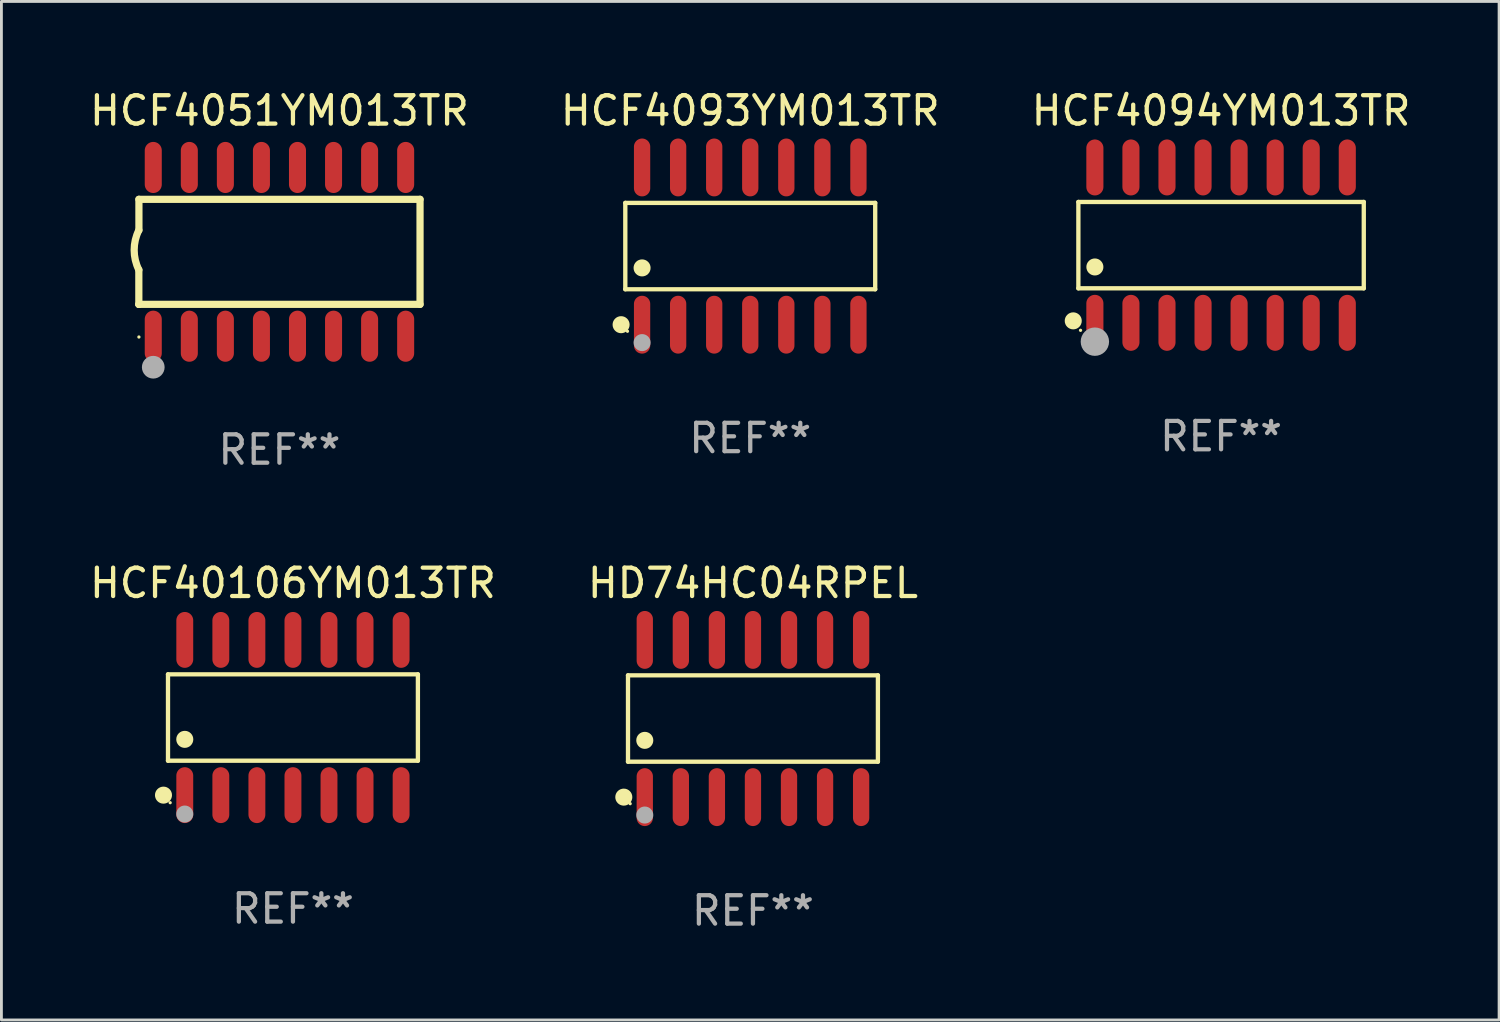
<source format=kicad_pcb>
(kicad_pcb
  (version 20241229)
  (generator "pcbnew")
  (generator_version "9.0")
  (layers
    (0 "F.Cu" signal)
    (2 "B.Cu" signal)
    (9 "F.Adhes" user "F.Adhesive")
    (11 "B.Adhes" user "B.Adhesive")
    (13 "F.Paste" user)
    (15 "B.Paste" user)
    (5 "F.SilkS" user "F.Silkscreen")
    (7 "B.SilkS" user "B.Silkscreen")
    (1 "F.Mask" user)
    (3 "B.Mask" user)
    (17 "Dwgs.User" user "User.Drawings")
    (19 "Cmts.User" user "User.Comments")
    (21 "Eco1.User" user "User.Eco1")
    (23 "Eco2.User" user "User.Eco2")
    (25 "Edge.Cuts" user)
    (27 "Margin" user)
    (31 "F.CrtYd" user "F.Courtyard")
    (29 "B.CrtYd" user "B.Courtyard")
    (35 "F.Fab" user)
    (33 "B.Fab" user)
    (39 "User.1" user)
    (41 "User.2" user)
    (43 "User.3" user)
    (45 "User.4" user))
  (footprint "HCF4093YM013TR"
    (layer "F.Cu")
    (at 23.375 5.617)
    (property "Reference" "HCF4093YM013TR" (at 0 -4.769 0) (layer "F.SilkS") (effects (font (size 1 1) (thickness 0.15))))
    (attr through_hole)
    (fp_line (start -4.401 -1.521) (end 4.401 -1.521) (stroke (width 0.152) (type solid)) (layer "F.SilkS"))
    (fp_line (start -4.401 1.521) (end -4.401 -1.521) (stroke (width 0.152) (type solid)) (layer "F.SilkS"))
    (fp_line (start 4.401 -1.521) (end 4.401 1.521) (stroke (width 0.152) (type solid)) (layer "F.SilkS"))
    (fp_line (start 4.401 1.521) (end -4.401 1.521) (stroke (width 0.152) (type solid)) (layer "F.SilkS"))
    (fp_circle (center -4.549 2.769) (end -4.399 2.769) (stroke (width 0.3) (type solid)) (fill no) (layer "F.SilkS"))
    (fp_circle (center -4.325 3) (end -4.295 3) (stroke (width 0.06) (type solid)) (fill no) (layer "F.SilkS"))
    (fp_circle (center -3.81 0.769) (end -3.66 0.769) (stroke (width 0.3) (type solid)) (fill no) (layer "F.SilkS"))
    (fp_circle (center -3.81 3.4) (end -3.66 3.4) (stroke (width 0.3) (type solid)) (fill no) (layer "F.Fab"))
    (fp_text user "REF**" (at 0 6.769 0) (layer "F.Fab") (effects (font (size 1 1) (thickness 0.15))))
    (pad "1" smd oval (at -3.81 2.769) (size 0.574 2.038) (layers "F.Cu" "F.Mask" "F.Paste"))
    (pad "2" smd oval (at -2.54 2.769) (size 0.574 2.038) (layers "F.Cu" "F.Mask" "F.Paste"))
    (pad "3" smd oval (at -1.27 2.769) (size 0.574 2.038) (layers "F.Cu" "F.Mask" "F.Paste"))
    (pad "4" smd oval (at 0 2.769) (size 0.574 2.038) (layers "F.Cu" "F.Mask" "F.Paste"))
    (pad "5" smd oval (at 1.27 2.769) (size 0.574 2.038) (layers "F.Cu" "F.Mask" "F.Paste"))
    (pad "6" smd oval (at 2.54 2.769) (size 0.574 2.038) (layers "F.Cu" "F.Mask" "F.Paste"))
    (pad "7" smd oval (at 3.81 2.769) (size 0.574 2.038) (layers "F.Cu" "F.Mask" "F.Paste"))
    (pad "8" smd oval (at 3.81 -2.769) (size 0.574 2.038) (layers "F.Cu" "F.Mask" "F.Paste"))
    (pad "9" smd oval (at 2.54 -2.769) (size 0.574 2.038) (layers "F.Cu" "F.Mask" "F.Paste"))
    (pad "10" smd oval (at 1.27 -2.769) (size 0.574 2.038) (layers "F.Cu" "F.Mask" "F.Paste"))
    (pad "11" smd oval (at 0 -2.769) (size 0.574 2.038) (layers "F.Cu" "F.Mask" "F.Paste"))
    (pad "12" smd oval (at -1.27 -2.769) (size 0.574 2.038) (layers "F.Cu" "F.Mask" "F.Paste"))
    (pad "13" smd oval (at -2.54 -2.769) (size 0.574 2.038) (layers "F.Cu" "F.Mask" "F.Paste"))
    (pad "14" smd oval (at -3.81 -2.769) (size 0.574 2.038) (layers "F.Cu" "F.Mask" "F.Paste")))
  (footprint "HD74HC04RPEL"
    (layer "F.Cu")
    (at 23.47 22.257)
    (property "Reference" "HD74HC04RPEL" (at 0 -4.769 0) (layer "F.SilkS") (effects (font (size 1 1) (thickness 0.15))))
    (attr through_hole)
    (fp_line (start -4.401 -1.521) (end 4.401 -1.521) (stroke (width 0.152) (type solid)) (layer "F.SilkS"))
    (fp_line (start -4.401 1.521) (end -4.401 -1.521) (stroke (width 0.152) (type solid)) (layer "F.SilkS"))
    (fp_line (start 4.401 -1.521) (end 4.401 1.521) (stroke (width 0.152) (type solid)) (layer "F.SilkS"))
    (fp_line (start 4.401 1.521) (end -4.401 1.521) (stroke (width 0.152) (type solid)) (layer "F.SilkS"))
    (fp_circle (center -4.549 2.769) (end -4.399 2.769) (stroke (width 0.3) (type solid)) (fill no) (layer "F.SilkS"))
    (fp_circle (center -4.325 3) (end -4.295 3) (stroke (width 0.06) (type solid)) (fill no) (layer "F.SilkS"))
    (fp_circle (center -3.81 0.769) (end -3.66 0.769) (stroke (width 0.3) (type solid)) (fill no) (layer "F.SilkS"))
    (fp_circle (center -3.81 3.4) (end -3.66 3.4) (stroke (width 0.3) (type solid)) (fill no) (layer "F.Fab"))
    (fp_text user "REF**" (at 0 6.769 0) (layer "F.Fab") (effects (font (size 1 1) (thickness 0.15))))
    (pad "1" smd oval (at -3.81 2.769) (size 0.574 2.038) (layers "F.Cu" "F.Mask" "F.Paste"))
    (pad "2" smd oval (at -2.54 2.769) (size 0.574 2.038) (layers "F.Cu" "F.Mask" "F.Paste"))
    (pad "3" smd oval (at -1.27 2.769) (size 0.574 2.038) (layers "F.Cu" "F.Mask" "F.Paste"))
    (pad "4" smd oval (at 0 2.769) (size 0.574 2.038) (layers "F.Cu" "F.Mask" "F.Paste"))
    (pad "5" smd oval (at 1.27 2.769) (size 0.574 2.038) (layers "F.Cu" "F.Mask" "F.Paste"))
    (pad "6" smd oval (at 2.54 2.769) (size 0.574 2.038) (layers "F.Cu" "F.Mask" "F.Paste"))
    (pad "7" smd oval (at 3.81 2.769) (size 0.574 2.038) (layers "F.Cu" "F.Mask" "F.Paste"))
    (pad "8" smd oval (at 3.81 -2.769) (size 0.574 2.038) (layers "F.Cu" "F.Mask" "F.Paste"))
    (pad "9" smd oval (at 2.54 -2.769) (size 0.574 2.038) (layers "F.Cu" "F.Mask" "F.Paste"))
    (pad "10" smd oval (at 1.27 -2.769) (size 0.574 2.038) (layers "F.Cu" "F.Mask" "F.Paste"))
    (pad "11" smd oval (at 0 -2.769) (size 0.574 2.038) (layers "F.Cu" "F.Mask" "F.Paste"))
    (pad "12" smd oval (at -1.27 -2.769) (size 0.574 2.038) (layers "F.Cu" "F.Mask" "F.Paste"))
    (pad "13" smd oval (at -2.54 -2.769) (size 0.574 2.038) (layers "F.Cu" "F.Mask" "F.Paste"))
    (pad "14" smd oval (at -3.81 -2.769) (size 0.574 2.038) (layers "F.Cu" "F.Mask" "F.Paste")))
  (footprint "HCF4051YM013TR"
    (layer "F.Cu")
    (at 6.792 5.82)
    (property "Reference" "HCF4051YM013TR" (at 0 -4.972 0) (layer "F.SilkS") (effects (font (size 1 1) (thickness 0.15))))
    (attr through_hole)
    (fp_line (start -4.952 0.635) (end -4.952 1.85) (stroke (width 0.254) (type solid)) (layer "F.SilkS"))
    (fp_line (start -4.952 1.85) (end -4.949 1.85) (stroke (width 0.254) (type solid)) (layer "F.SilkS"))
    (fp_line (start -4.949 -1.85) (end -4.949 -0.762) (stroke (width 0.254) (type solid)) (layer "F.SilkS"))
    (fp_line (start -4.949 1.85) (end 4.952 1.85) (stroke (width 0.254) (type solid)) (layer "F.SilkS"))
    (fp_line (start 4.952 -1.85) (end -4.949 -1.85) (stroke (width 0.254) (type solid)) (layer "F.SilkS"))
    (fp_line (start 4.952 1.85) (end 4.952 -1.85) (stroke (width 0.254) (type solid)) (layer "F.SilkS"))
    (fp_arc (start -4.951524 0.635001) (mid -5.116418 -0.0635) (end -4.951524 -0.762002) (stroke (width 0.254001) (type solid)) (layer "F.SilkS"))
    (fp_circle (center -4.949 3) (end -4.919 3) (stroke (width 0.06) (type solid)) (fill no) (layer "F.SilkS"))
    (fp_circle (center -4.444 4.064) (end -4.244 4.064) (stroke (width 0.4) (type solid)) (fill no) (layer "F.Fab"))
    (fp_text user "REF**" (at 0 6.972 0) (layer "F.Fab") (effects (font (size 1 1) (thickness 0.15))))
    (pad "1" smd oval (at -4.444 2.972 180) (size 0.6 1.8) (layers "F.Cu" "F.Mask" "F.Paste"))
    (pad "2" smd oval (at -3.174 2.972 180) (size 0.6 1.8) (layers "F.Cu" "F.Mask" "F.Paste"))
    (pad "3" smd oval (at -1.904 2.972 180) (size 0.6 1.8) (layers "F.Cu" "F.Mask" "F.Paste"))
    (pad "4" smd oval (at -0.634 2.972 180) (size 0.6 1.8) (layers "F.Cu" "F.Mask" "F.Paste"))
    (pad "5" smd oval (at 0.636 2.972 180) (size 0.6 1.8) (layers "F.Cu" "F.Mask" "F.Paste"))
    (pad "6" smd oval (at 1.906 2.972 180) (size 0.6 1.8) (layers "F.Cu" "F.Mask" "F.Paste"))
    (pad "7" smd oval (at 3.176 2.972 180) (size 0.6 1.8) (layers "F.Cu" "F.Mask" "F.Paste"))
    (pad "8" smd oval (at 4.446 2.972 180) (size 0.6 1.8) (layers "F.Cu" "F.Mask" "F.Paste"))
    (pad "9" smd oval (at 4.446 -2.972 180) (size 0.6 1.8) (layers "F.Cu" "F.Mask" "F.Paste"))
    (pad "10" smd oval (at 3.176 -2.972 180) (size 0.6 1.8) (layers "F.Cu" "F.Mask" "F.Paste"))
    (pad "11" smd oval (at 1.906 -2.972 180) (size 0.6 1.8) (layers "F.Cu" "F.Mask" "F.Paste"))
    (pad "12" smd oval (at 0.636 -2.972 180) (size 0.6 1.8) (layers "F.Cu" "F.Mask" "F.Paste"))
    (pad "13" smd oval (at -0.634 -2.972 180) (size 0.6 1.8) (layers "F.Cu" "F.Mask" "F.Paste"))
    (pad "14" smd oval (at -1.904 -2.972 180) (size 0.6 1.8) (layers "F.Cu" "F.Mask" "F.Paste"))
    (pad "15" smd oval (at -3.174 -2.972 180) (size 0.6 1.8) (layers "F.Cu" "F.Mask" "F.Paste"))
    (pad "16" smd oval (at -4.444 -2.972 180) (size 0.6 1.8) (layers "F.Cu" "F.Mask" "F.Paste")))
  (footprint "HCF40106YM013TR"
    (layer "F.Cu")
    (at 7.268 22.222)
    (property "Reference" "HCF40106YM013TR" (at 0 -4.734 0) (layer "F.SilkS") (effects (font (size 1 1) (thickness 0.15))))
    (attr through_hole)
    (fp_line (start -4.401 -1.521) (end 4.401 -1.521) (stroke (width 0.152) (type solid)) (layer "F.SilkS"))
    (fp_line (start -4.401 1.521) (end -4.401 -1.521) (stroke (width 0.152) (type solid)) (layer "F.SilkS"))
    (fp_line (start 4.401 -1.521) (end 4.401 1.521) (stroke (width 0.152) (type solid)) (layer "F.SilkS"))
    (fp_line (start 4.401 1.521) (end -4.401 1.521) (stroke (width 0.152) (type solid)) (layer "F.SilkS"))
    (fp_circle (center -4.56 2.734) (end -4.41 2.734) (stroke (width 0.3) (type solid)) (fill no) (layer "F.SilkS"))
    (fp_circle (center -4.325 3) (end -4.295 3) (stroke (width 0.06) (type solid)) (fill no) (layer "F.SilkS"))
    (fp_circle (center -3.81 0.769) (end -3.66 0.769) (stroke (width 0.3) (type solid)) (fill no) (layer "F.SilkS"))
    (fp_circle (center -3.81 3.4) (end -3.66 3.4) (stroke (width 0.3) (type solid)) (fill no) (layer "F.Fab"))
    (fp_text user "REF**" (at 0 6.734 0) (layer "F.Fab") (effects (font (size 1 1) (thickness 0.15))))
    (pad "1" smd oval (at -3.81 2.734) (size 0.595 1.968) (layers "F.Cu" "F.Mask" "F.Paste"))
    (pad "2" smd oval (at -2.54 2.734) (size 0.595 1.968) (layers "F.Cu" "F.Mask" "F.Paste"))
    (pad "3" smd oval (at -1.27 2.734) (size 0.595 1.968) (layers "F.Cu" "F.Mask" "F.Paste"))
    (pad "4" smd oval (at 0 2.734) (size 0.595 1.968) (layers "F.Cu" "F.Mask" "F.Paste"))
    (pad "5" smd oval (at 1.27 2.734) (size 0.595 1.968) (layers "F.Cu" "F.Mask" "F.Paste"))
    (pad "6" smd oval (at 2.54 2.734) (size 0.595 1.968) (layers "F.Cu" "F.Mask" "F.Paste"))
    (pad "7" smd oval (at 3.81 2.734) (size 0.595 1.968) (layers "F.Cu" "F.Mask" "F.Paste"))
    (pad "8" smd oval (at 3.81 -2.734) (size 0.595 1.968) (layers "F.Cu" "F.Mask" "F.Paste"))
    (pad "9" smd oval (at 2.54 -2.734) (size 0.595 1.968) (layers "F.Cu" "F.Mask" "F.Paste"))
    (pad "10" smd oval (at 1.27 -2.734) (size 0.595 1.968) (layers "F.Cu" "F.Mask" "F.Paste"))
    (pad "11" smd oval (at 0 -2.734) (size 0.595 1.968) (layers "F.Cu" "F.Mask" "F.Paste"))
    (pad "12" smd oval (at -1.27 -2.734) (size 0.595 1.968) (layers "F.Cu" "F.Mask" "F.Paste"))
    (pad "13" smd oval (at -2.54 -2.734) (size 0.595 1.968) (layers "F.Cu" "F.Mask" "F.Paste"))
    (pad "14" smd oval (at -3.81 -2.734) (size 0.595 1.968) (layers "F.Cu" "F.Mask" "F.Paste")))
  (footprint "HCF4094YM013TR"
    (layer "F.Cu")
    (at 39.958 5.584)
    (property "Reference" "HCF4094YM013TR" (at 0 -4.736 0) (layer "F.SilkS") (effects (font (size 1 1) (thickness 0.15))))
    (attr through_hole)
    (fp_line (start -5.026 -1.521) (end 5.026 -1.521) (stroke (width 0.152) (type solid)) (layer "F.SilkS"))
    (fp_line (start -5.026 1.521) (end -5.026 -1.521) (stroke (width 0.152) (type solid)) (layer "F.SilkS"))
    (fp_line (start 5.026 -1.521) (end 5.026 1.521) (stroke (width 0.152) (type solid)) (layer "F.SilkS"))
    (fp_line (start 5.026 1.521) (end -5.026 1.521) (stroke (width 0.152) (type solid)) (layer "F.SilkS"))
    (fp_circle (center -5.207 2.667) (end -5.057 2.667) (stroke (width 0.3) (type solid)) (fill no) (layer "F.SilkS"))
    (fp_circle (center -4.95 3) (end -4.92 3) (stroke (width 0.06) (type solid)) (fill no) (layer "F.SilkS"))
    (fp_circle (center -4.445 0.769) (end -4.295 0.769) (stroke (width 0.3) (type solid)) (fill no) (layer "F.SilkS"))
    (fp_circle (center -4.445 3.4) (end -4.195 3.4) (stroke (width 0.5) (type solid)) (fill no) (layer "F.Fab"))
    (fp_text user "REF**" (at 0 6.736 0) (layer "F.Fab") (effects (font (size 1 1) (thickness 0.15))))
    (pad "1" smd oval (at -4.445 2.736) (size 0.602 1.971) (layers "F.Cu" "F.Mask" "F.Paste"))
    (pad "2" smd oval (at -3.175 2.736) (size 0.602 1.971) (layers "F.Cu" "F.Mask" "F.Paste"))
    (pad "3" smd oval (at -1.905 2.736) (size 0.602 1.971) (layers "F.Cu" "F.Mask" "F.Paste"))
    (pad "4" smd oval (at -0.635 2.736) (size 0.602 1.971) (layers "F.Cu" "F.Mask" "F.Paste"))
    (pad "5" smd oval (at 0.635 2.736) (size 0.602 1.971) (layers "F.Cu" "F.Mask" "F.Paste"))
    (pad "6" smd oval (at 1.905 2.736) (size 0.602 1.971) (layers "F.Cu" "F.Mask" "F.Paste"))
    (pad "7" smd oval (at 3.175 2.736) (size 0.602 1.971) (layers "F.Cu" "F.Mask" "F.Paste"))
    (pad "8" smd oval (at 4.445 2.736) (size 0.602 1.971) (layers "F.Cu" "F.Mask" "F.Paste"))
    (pad "9" smd oval (at 4.445 -2.736) (size 0.602 1.971) (layers "F.Cu" "F.Mask" "F.Paste"))
    (pad "10" smd oval (at 3.175 -2.736) (size 0.602 1.971) (layers "F.Cu" "F.Mask" "F.Paste"))
    (pad "11" smd oval (at 1.905 -2.736) (size 0.602 1.971) (layers "F.Cu" "F.Mask" "F.Paste"))
    (pad "12" smd oval (at 0.635 -2.736) (size 0.602 1.971) (layers "F.Cu" "F.Mask" "F.Paste"))
    (pad "13" smd oval (at -0.635 -2.736) (size 0.602 1.971) (layers "F.Cu" "F.Mask" "F.Paste"))
    (pad "14" smd oval (at -1.905 -2.736) (size 0.602 1.971) (layers "F.Cu" "F.Mask" "F.Paste"))
    (pad "15" smd oval (at -3.175 -2.736) (size 0.602 1.971) (layers "F.Cu" "F.Mask" "F.Paste"))
    (pad "16" smd oval (at -4.445 -2.736) (size 0.602 1.971) (layers "F.Cu" "F.Mask" "F.Paste")))
  (gr_rect
    (start -3 -3)
    (end 49.75 32.875)
    (stroke (width 0.1) (type default))
    (fill no)
    (layer "Edge.Cuts")))
</source>
